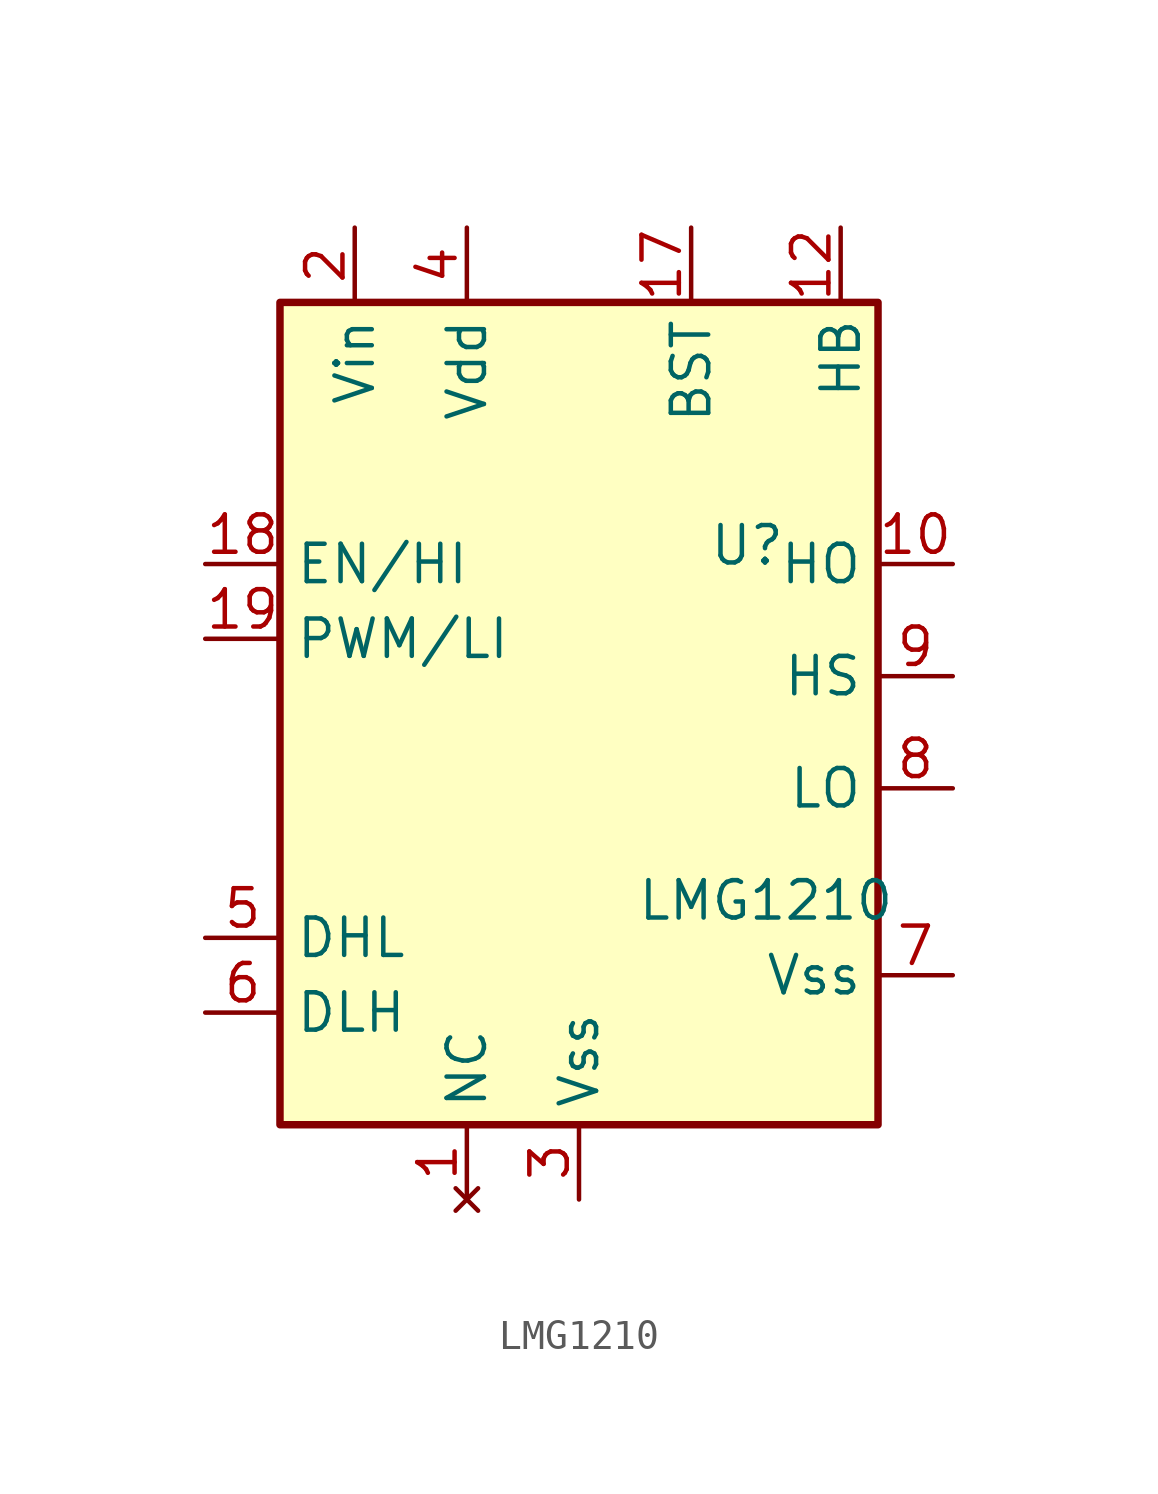
<source format=kicad_sym>
(kicad_symbol_lib
  (version 20230620)
  (generator kicad_symbol_editor)
  (symbol "LMG1210"
    (property "Reference" "U"
      (at 5.715 5.715 0)
      (effects (font (size 1.27 1.27))))
    (property "Value" "LMG1210"
      (at 6.35 -6.35 0)
      (effects (font (size 1.27 1.27))))
    (symbol "LMG1210_0_1"
      (rectangle (start -10.16 13.97) (end 10.16 -13.97) (stroke (width 0.254) (type default)) (fill (type background))))
    (symbol "LMG1210_1_1"
      (pin no_connect line (at -3.81 -16.51 90) (length 2.54) (name "NC" (effects (font (size 1.27 1.27)))) (number "1" (effects (font (size 1.27 1.27)))))
      (pin output line (at 12.7 5.08 180) (length 2.54) (name "HO" (effects (font (size 1.27 1.27)))) (number "10" (effects (font (size 1.27 1.27)))))
      (pin input line (at 12.7 1.27 180) (length 2.54) hide (name "HS" (effects (font (size 1.27 1.27)))) (number "11" (effects (font (size 1.27 1.27)))))
      (pin input line (at 8.89 16.51 270) (length 2.54) (name "HB" (effects (font (size 1.27 1.27)))) (number "12" (effects (font (size 1.27 1.27)))))
      (pin input line (at 12.7 1.27 180) (length 2.54) hide (name "HS" (effects (font (size 1.27 1.27)))) (number "13" (effects (font (size 1.27 1.27)))))
      (pin input line (at 12.7 1.27 180) (length 2.54) hide (name "HS" (effects (font (size 1.27 1.27)))) (number "14" (effects (font (size 1.27 1.27)))))
      (pin input line (at 12.7 1.27 180) (length 2.54) hide (name "HS" (effects (font (size 1.27 1.27)))) (number "15" (effects (font (size 1.27 1.27)))))
      (pin input line (at 12.7 1.27 180) (length 2.54) hide (name "HS" (effects (font (size 1.27 1.27)))) (number "16" (effects (font (size 1.27 1.27)))))
      (pin input line (at 3.81 16.51 270) (length 2.54) (name "BST" (effects (font (size 1.27 1.27)))) (number "17" (effects (font (size 1.27 1.27)))))
      (pin input line (at -12.7 5.08 0) (length 2.54) (name "EN/HI" (effects (font (size 1.27 1.27)))) (number "18" (effects (font (size 1.27 1.27)))))
      (pin input line (at -12.7 2.54 0) (length 2.54) (name "PWM/LI" (effects (font (size 1.27 1.27)))) (number "19" (effects (font (size 1.27 1.27)))))
      (pin input line (at -7.62 16.51 270) (length 2.54) (name "Vin" (effects (font (size 1.27 1.27)))) (number "2" (effects (font (size 1.27 1.27)))))
      (pin input line (at 0 -16.51 90) (length 2.54) hide (name "Vss" (effects (font (size 1.27 1.27)))) (number "20" (effects (font (size 1.27 1.27)))))
      (pin input line (at 12.7 1.27 180) (length 2.54) hide (name "HS" (effects (font (size 1.27 1.27)))) (number "21" (effects (font (size 1.27 1.27)))))
      (pin input line (at 0 -16.51 90) (length 2.54) (name "Vss" (effects (font (size 1.27 1.27)))) (number "3" (effects (font (size 1.27 1.27)))))
      (pin input line (at -3.81 16.51 270) (length 2.54) (name "Vdd" (effects (font (size 1.27 1.27)))) (number "4" (effects (font (size 1.27 1.27)))))
      (pin input line (at -12.7 -7.62 0) (length 2.54) (name "DHL" (effects (font (size 1.27 1.27)))) (number "5" (effects (font (size 1.27 1.27)))))
      (pin input line (at -12.7 -10.16 0) (length 2.54) (name "DLH" (effects (font (size 1.27 1.27)))) (number "6" (effects (font (size 1.27 1.27)))))
      (pin input line (at 12.7 -8.89 180) (length 2.54) (name "Vss" (effects (font (size 1.27 1.27)))) (number "7" (effects (font (size 1.27 1.27)))))
      (pin output line (at 12.7 -2.54 180) (length 2.54) (name "LO" (effects (font (size 1.27 1.27)))) (number "8" (effects (font (size 1.27 1.27)))))
      (pin input line (at 12.7 1.27 180) (length 2.54) (name "HS" (effects (font (size 1.27 1.27)))) (number "9" (effects (font (size 1.27 1.27))))))))
</source>
